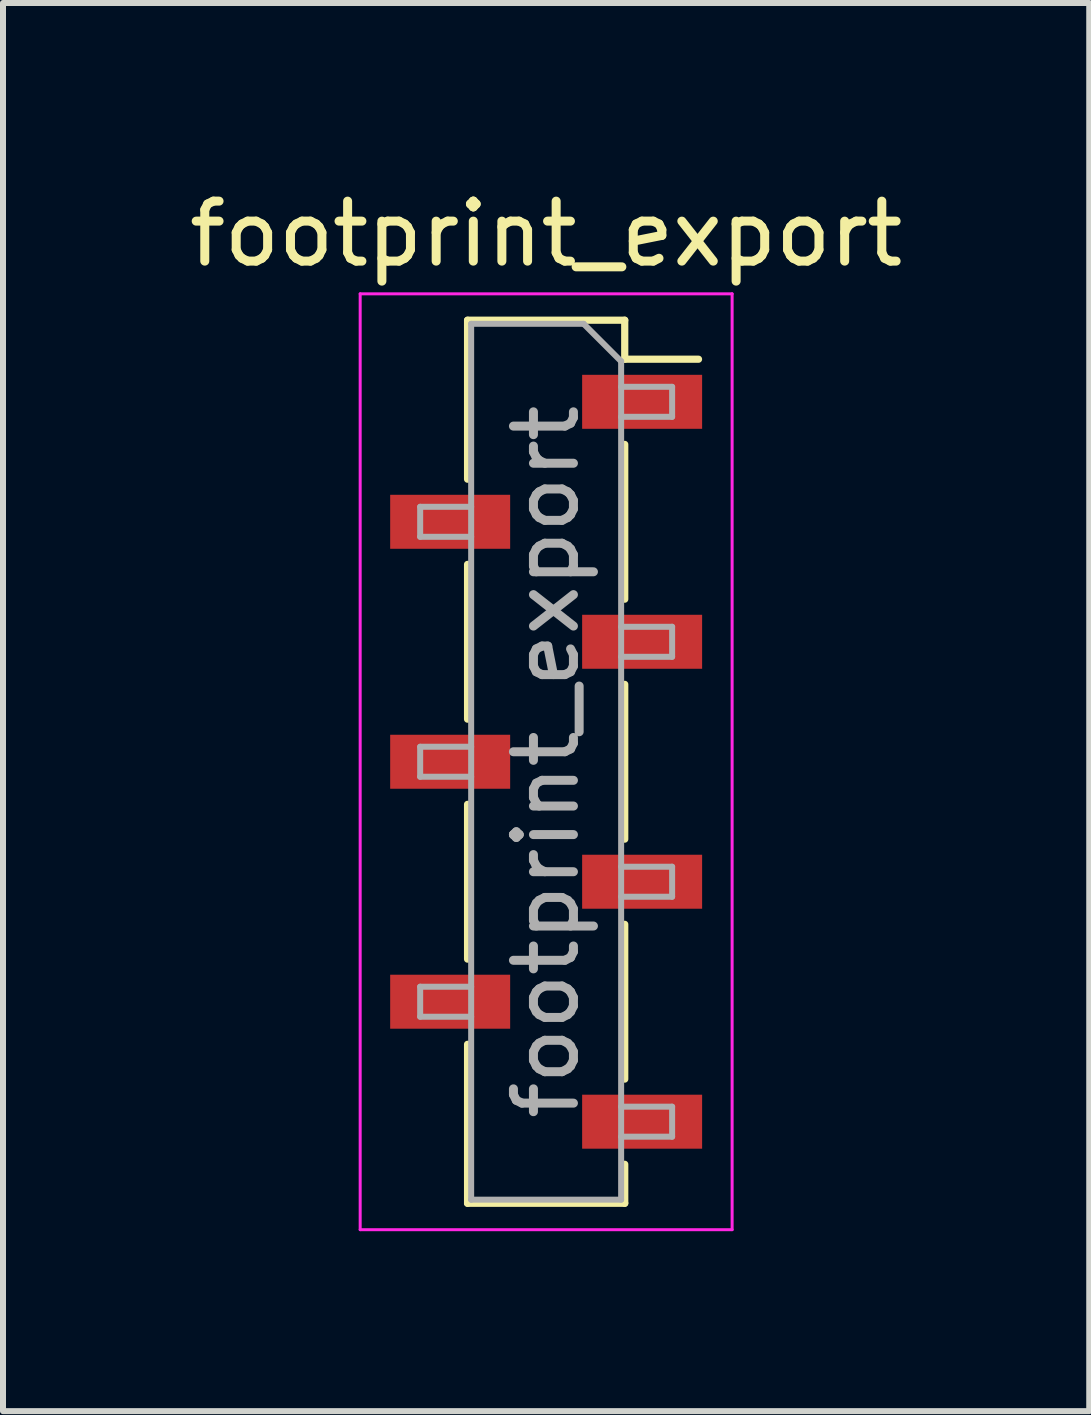
<source format=kicad_pcb>
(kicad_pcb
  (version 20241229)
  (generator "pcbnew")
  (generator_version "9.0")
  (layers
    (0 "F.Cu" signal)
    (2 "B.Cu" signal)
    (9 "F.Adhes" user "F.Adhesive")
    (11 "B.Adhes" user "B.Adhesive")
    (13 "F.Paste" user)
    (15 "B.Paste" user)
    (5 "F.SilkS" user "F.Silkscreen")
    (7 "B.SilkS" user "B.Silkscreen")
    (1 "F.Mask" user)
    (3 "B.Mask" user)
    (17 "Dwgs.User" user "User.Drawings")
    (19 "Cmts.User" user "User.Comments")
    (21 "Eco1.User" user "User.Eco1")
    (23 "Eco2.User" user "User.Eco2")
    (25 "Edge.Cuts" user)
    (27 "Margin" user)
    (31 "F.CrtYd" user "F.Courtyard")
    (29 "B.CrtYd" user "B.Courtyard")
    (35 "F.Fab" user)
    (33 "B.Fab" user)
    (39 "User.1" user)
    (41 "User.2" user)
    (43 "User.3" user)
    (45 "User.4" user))
  (footprint "footprint_export"
    (layer "F.Cu")
    (at 6.054 9.648)
    (property "Reference" "footprint_export" (at 0 -8.8 0) (layer "F.SilkS") (effects (font (size 1 1) (thickness 0.15))))
    (attr smd)
    (fp_line (start -1.31 -7.36) (end -1.31 -4.71) (stroke (width 0.12) (type solid)) (layer "F.SilkS"))
    (fp_line (start -1.31 -7.36) (end 1.31 -7.36) (stroke (width 0.12) (type solid)) (layer "F.SilkS"))
    (fp_line (start -1.31 -3.29) (end -1.31 -0.71) (stroke (width 0.12) (type solid)) (layer "F.SilkS"))
    (fp_line (start -1.31 0.71) (end -1.31 3.29) (stroke (width 0.12) (type solid)) (layer "F.SilkS"))
    (fp_line (start -1.31 4.71) (end -1.31 7.36) (stroke (width 0.12) (type solid)) (layer "F.SilkS"))
    (fp_line (start -1.31 7.36) (end 1.31 7.36) (stroke (width 0.12) (type solid)) (layer "F.SilkS"))
    (fp_line (start 1.31 -7.36) (end 1.31 -6.71) (stroke (width 0.12) (type solid)) (layer "F.SilkS"))
    (fp_line (start 1.31 -6.71) (end 2.54 -6.71) (stroke (width 0.12) (type solid)) (layer "F.SilkS"))
    (fp_line (start 1.31 -5.29) (end 1.31 -2.71) (stroke (width 0.12) (type solid)) (layer "F.SilkS"))
    (fp_line (start 1.31 -1.29) (end 1.31 1.29) (stroke (width 0.12) (type solid)) (layer "F.SilkS"))
    (fp_line (start 1.31 2.71) (end 1.31 5.29) (stroke (width 0.12) (type solid)) (layer "F.SilkS"))
    (fp_line (start 1.31 6.71) (end 1.31 7.36) (stroke (width 0.12) (type solid)) (layer "F.SilkS"))
    (fp_line (start -3.1 -7.8) (end 3.1 -7.8) (stroke (width 0.05) (type solid)) (layer "F.CrtYd"))
    (fp_line (start -3.1 7.8) (end -3.1 -7.8) (stroke (width 0.05) (type solid)) (layer "F.CrtYd"))
    (fp_line (start 3.1 -7.8) (end 3.1 7.8) (stroke (width 0.05) (type solid)) (layer "F.CrtYd"))
    (fp_line (start 3.1 7.8) (end -3.1 7.8) (stroke (width 0.05) (type solid)) (layer "F.CrtYd"))
    (fp_line (start -2.1 -4.25) (end -1.25 -4.25) (stroke (width 0.1) (type solid)) (layer "F.Fab"))
    (fp_line (start -2.1 -3.75) (end -2.1 -4.25) (stroke (width 0.1) (type solid)) (layer "F.Fab"))
    (fp_line (start -2.1 -0.25) (end -1.25 -0.25) (stroke (width 0.1) (type solid)) (layer "F.Fab"))
    (fp_line (start -2.1 0.25) (end -2.1 -0.25) (stroke (width 0.1) (type solid)) (layer "F.Fab"))
    (fp_line (start -2.1 3.75) (end -1.25 3.75) (stroke (width 0.1) (type solid)) (layer "F.Fab"))
    (fp_line (start -2.1 4.25) (end -2.1 3.75) (stroke (width 0.1) (type solid)) (layer "F.Fab"))
    (fp_line (start -1.25 -7.3) (end 0.625 -7.3) (stroke (width 0.1) (type solid)) (layer "F.Fab"))
    (fp_line (start -1.25 -3.75) (end -2.1 -3.75) (stroke (width 0.1) (type solid)) (layer "F.Fab"))
    (fp_line (start -1.25 0.25) (end -2.1 0.25) (stroke (width 0.1) (type solid)) (layer "F.Fab"))
    (fp_line (start -1.25 4.25) (end -2.1 4.25) (stroke (width 0.1) (type solid)) (layer "F.Fab"))
    (fp_line (start -1.25 7.3) (end -1.25 -7.3) (stroke (width 0.1) (type solid)) (layer "F.Fab"))
    (fp_line (start 0.625 -7.3) (end 1.25 -6.675) (stroke (width 0.1) (type solid)) (layer "F.Fab"))
    (fp_line (start 1.25 -6.675) (end 1.25 7.3) (stroke (width 0.1) (type solid)) (layer "F.Fab"))
    (fp_line (start 1.25 -6.25) (end 2.1 -6.25) (stroke (width 0.1) (type solid)) (layer "F.Fab"))
    (fp_line (start 1.25 -2.25) (end 2.1 -2.25) (stroke (width 0.1) (type solid)) (layer "F.Fab"))
    (fp_line (start 1.25 1.75) (end 2.1 1.75) (stroke (width 0.1) (type solid)) (layer "F.Fab"))
    (fp_line (start 1.25 5.75) (end 2.1 5.75) (stroke (width 0.1) (type solid)) (layer "F.Fab"))
    (fp_line (start 1.25 7.3) (end -1.25 7.3) (stroke (width 0.1) (type solid)) (layer "F.Fab"))
    (fp_line (start 2.1 -6.25) (end 2.1 -5.75) (stroke (width 0.1) (type solid)) (layer "F.Fab"))
    (fp_line (start 2.1 -5.75) (end 1.25 -5.75) (stroke (width 0.1) (type solid)) (layer "F.Fab"))
    (fp_line (start 2.1 -2.25) (end 2.1 -1.75) (stroke (width 0.1) (type solid)) (layer "F.Fab"))
    (fp_line (start 2.1 -1.75) (end 1.25 -1.75) (stroke (width 0.1) (type solid)) (layer "F.Fab"))
    (fp_line (start 2.1 1.75) (end 2.1 2.25) (stroke (width 0.1) (type solid)) (layer "F.Fab"))
    (fp_line (start 2.1 2.25) (end 1.25 2.25) (stroke (width 0.1) (type solid)) (layer "F.Fab"))
    (fp_line (start 2.1 5.75) (end 2.1 6.25) (stroke (width 0.1) (type solid)) (layer "F.Fab"))
    (fp_line (start 2.1 6.25) (end 1.25 6.25) (stroke (width 0.1) (type solid)) (layer "F.Fab"))
    (fp_text user "${REFERENCE}" (at 0 0 90) (layer "F.Fab") (effects (font (size 1 1) (thickness 0.15))))
    (pad "1" smd rect (at 1.6 -6) (size 2 0.9) (layers "F.Cu" "F.Mask" "F.Paste"))
    (pad "2" smd rect (at -1.6 -4) (size 2 0.9) (layers "F.Cu" "F.Mask" "F.Paste"))
    (pad "3" smd rect (at 1.6 -2) (size 2 0.9) (layers "F.Cu" "F.Mask" "F.Paste"))
    (pad "4" smd rect (at -1.6 0) (size 2 0.9) (layers "F.Cu" "F.Mask" "F.Paste"))
    (pad "5" smd rect (at 1.6 2) (size 2 0.9) (layers "F.Cu" "F.Mask" "F.Paste"))
    (pad "6" smd rect (at -1.6 4) (size 2 0.9) (layers "F.Cu" "F.Mask" "F.Paste"))
    (pad "7" smd rect (at 1.6 6) (size 2 0.9) (layers "F.Cu" "F.Mask" "F.Paste")))
  (gr_rect
    (start -3 -3)
    (end 15.107 20.473)
    (stroke (width 0.1) (type default))
    (fill no)
    (layer "Edge.Cuts")))
</source>
